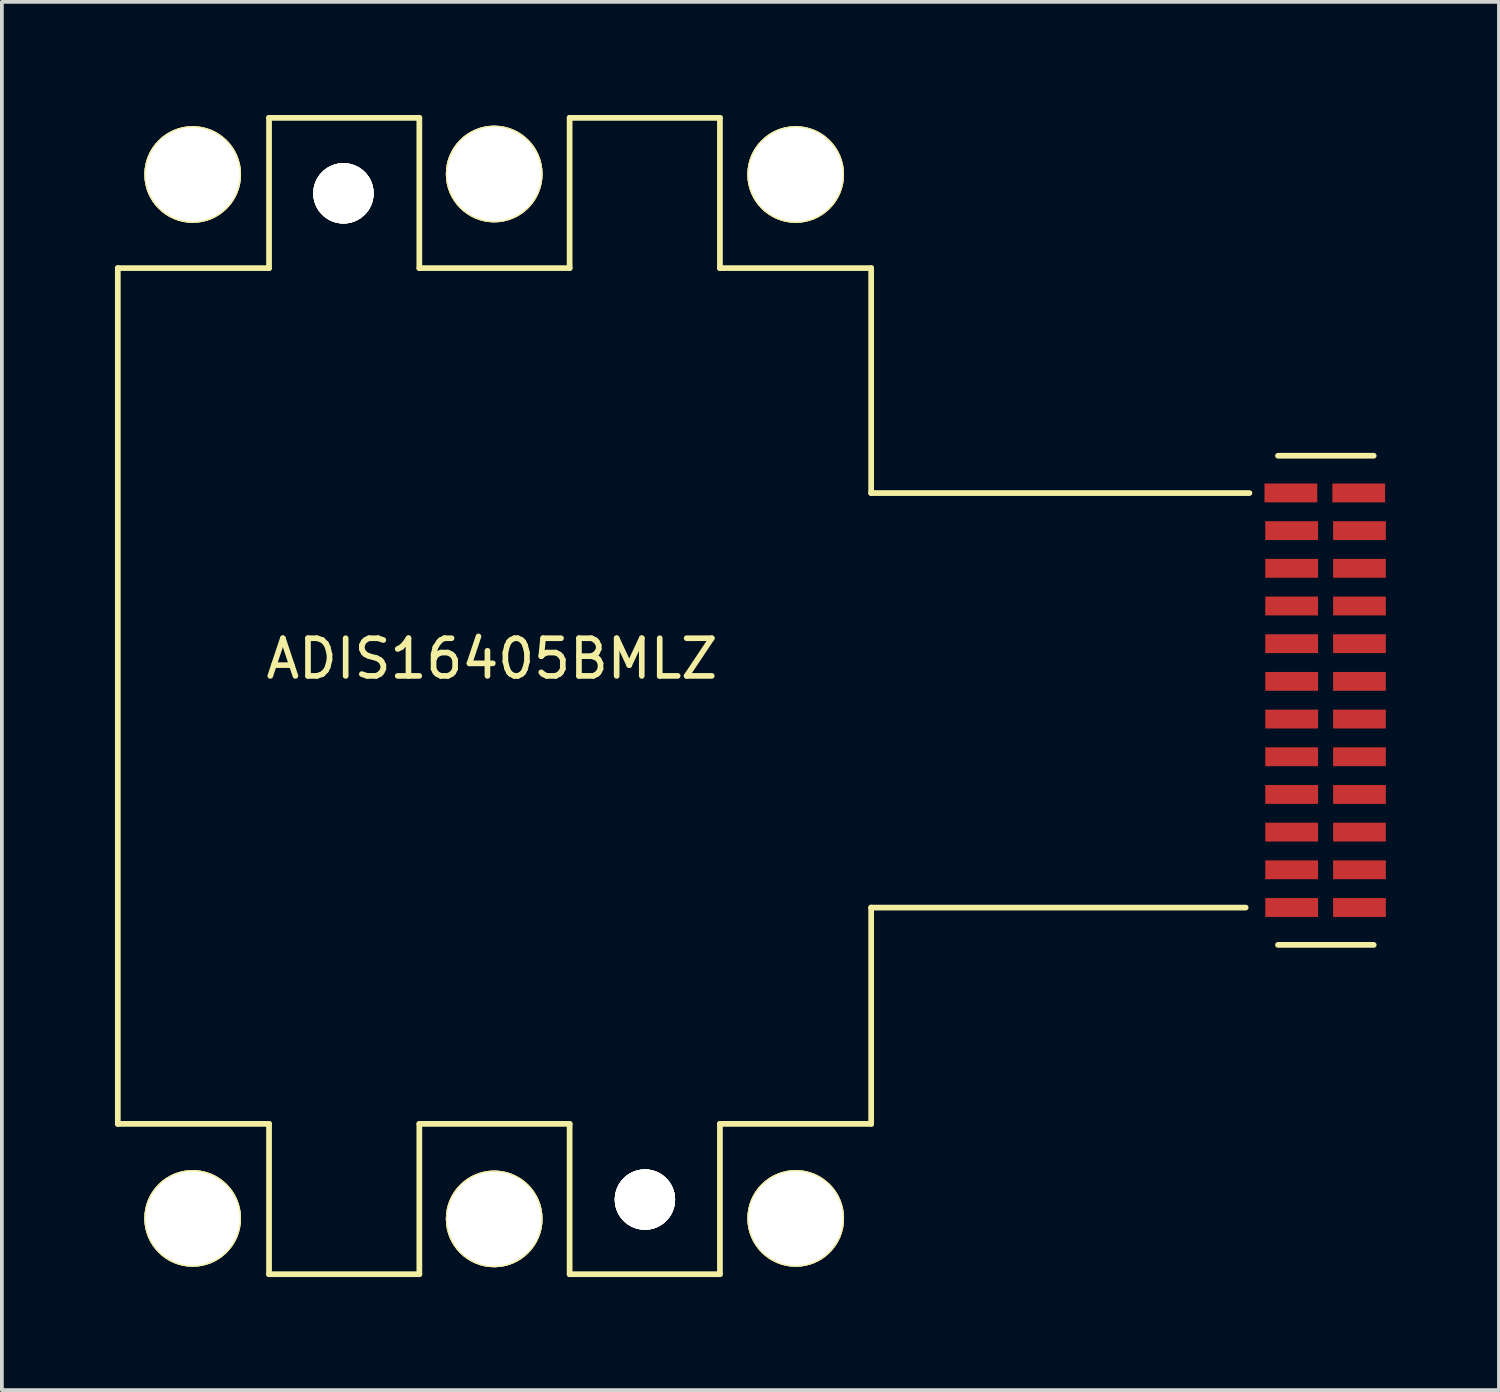
<source format=kicad_pcb>
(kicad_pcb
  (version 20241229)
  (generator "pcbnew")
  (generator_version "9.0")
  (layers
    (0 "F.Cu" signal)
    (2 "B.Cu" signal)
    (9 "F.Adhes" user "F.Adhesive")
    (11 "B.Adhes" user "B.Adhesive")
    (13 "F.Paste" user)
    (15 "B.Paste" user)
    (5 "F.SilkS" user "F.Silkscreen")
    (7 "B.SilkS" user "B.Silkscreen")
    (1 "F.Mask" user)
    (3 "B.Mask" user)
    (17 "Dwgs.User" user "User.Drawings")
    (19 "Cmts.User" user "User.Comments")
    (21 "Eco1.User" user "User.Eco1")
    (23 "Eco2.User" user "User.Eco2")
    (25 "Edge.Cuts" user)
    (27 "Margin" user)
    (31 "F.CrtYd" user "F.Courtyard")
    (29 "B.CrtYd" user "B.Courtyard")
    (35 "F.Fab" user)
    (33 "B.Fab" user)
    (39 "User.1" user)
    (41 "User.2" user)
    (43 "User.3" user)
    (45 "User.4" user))
  (footprint "ADIS16405BMLZ"
    (layer "F.Cu")
    (at 10.003 15.43)
    (property "Reference" "ADIS16405BMLZ" (at 0 -1 0) (layer "F.SilkS") (effects (font (size 1 1) (thickness 0.15))))
    (attr through_hole)
    (fp_line (start -9.927 -11.366) (end -9.927 11.342) (stroke (width 0.152) (type solid)) (layer "F.SilkS"))
    (fp_line (start -9.927 -11.366) (end -5.914 -11.366) (stroke (width 0.152) (type solid)) (layer "F.SilkS"))
    (fp_line (start -9.927 11.342) (end -5.914 11.342) (stroke (width 0.152) (type solid)) (layer "F.SilkS"))
    (fp_line (start -5.914 -15.353) (end -1.926 -15.353) (stroke (width 0.152) (type solid)) (layer "F.SilkS"))
    (fp_line (start -5.914 -11.366) (end -5.914 -15.353) (stroke (width 0.152) (type solid)) (layer "F.SilkS"))
    (fp_line (start -5.914 11.342) (end -5.914 15.33) (stroke (width 0.152) (type solid)) (layer "F.SilkS"))
    (fp_line (start -5.914 15.33) (end -1.926 15.33) (stroke (width 0.152) (type solid)) (layer "F.SilkS"))
    (fp_line (start -1.926 -15.353) (end -1.926 -11.366) (stroke (width 0.152) (type solid)) (layer "F.SilkS"))
    (fp_line (start -1.926 -11.366) (end 2.062 -11.366) (stroke (width 0.152) (type solid)) (layer "F.SilkS"))
    (fp_line (start -1.926 11.342) (end 2.062 11.342) (stroke (width 0.152) (type solid)) (layer "F.SilkS"))
    (fp_line (start -1.926 15.33) (end -1.926 11.342) (stroke (width 0.152) (type solid)) (layer "F.SilkS"))
    (fp_line (start 2.062 -15.353) (end 6.05 -15.353) (stroke (width 0.152) (type solid)) (layer "F.SilkS"))
    (fp_line (start 2.062 -11.366) (end 2.062 -15.353) (stroke (width 0.152) (type solid)) (layer "F.SilkS"))
    (fp_line (start 2.062 11.342) (end 2.062 15.33) (stroke (width 0.152) (type solid)) (layer "F.SilkS"))
    (fp_line (start 2.062 15.33) (end 6.05 15.33) (stroke (width 0.152) (type solid)) (layer "F.SilkS"))
    (fp_line (start 6.05 -15.353) (end 6.05 -11.366) (stroke (width 0.152) (type solid)) (layer "F.SilkS"))
    (fp_line (start 6.05 -11.366) (end 10.063 -11.366) (stroke (width 0.152) (type solid)) (layer "F.SilkS"))
    (fp_line (start 6.05 11.342) (end 10.063 11.342) (stroke (width 0.152) (type solid)) (layer "F.SilkS"))
    (fp_line (start 6.05 15.33) (end 6.05 11.342) (stroke (width 0.152) (type solid)) (layer "F.SilkS"))
    (fp_line (start 10.063 -11.366) (end 10.063 -5.397) (stroke (width 0.152) (type solid)) (layer "F.SilkS"))
    (fp_line (start 10.063 -5.397) (end 20.1 -5.397) (stroke (width 0.152) (type solid)) (layer "F.SilkS"))
    (fp_line (start 10.063 5.602) (end 10.063 11.342) (stroke (width 0.152) (type solid)) (layer "F.SilkS"))
    (fp_line (start 20 5.602) (end 10.063 5.602) (stroke (width 0.152) (type solid)) (layer "F.SilkS"))
    (fp_line (start 20.858 -6.387) (end 23.398 -6.387) (stroke (width 0.152) (type solid)) (layer "F.SilkS"))
    (fp_line (start 23.398 6.592) (end 20.858 6.592) (stroke (width 0.152) (type solid)) (layer "F.SilkS"))
    (pad "1" smd rect (at 23 -5.4) (size 1.4 0.5) (layers "F.Cu" "F.Mask" "F.Paste"))
    (pad "2" smd rect (at 21.2 -5.4) (size 1.4 0.5) (layers "F.Cu" "F.Mask" "F.Paste"))
    (pad "3" smd rect (at 23.02 -4.4) (size 1.4 0.5) (layers "F.Cu" "F.Mask" "F.Paste"))
    (pad "4" smd rect (at 21.22 -4.4) (size 1.4 0.5) (layers "F.Cu" "F.Mask" "F.Paste"))
    (pad "5" smd rect (at 23.02 -3.4) (size 1.4 0.5) (layers "F.Cu" "F.Mask" "F.Paste"))
    (pad "6" smd rect (at 21.22 -3.4) (size 1.4 0.5) (layers "F.Cu" "F.Mask" "F.Paste"))
    (pad "7" smd rect (at 23.02 -2.4) (size 1.4 0.5) (layers "F.Cu" "F.Mask" "F.Paste"))
    (pad "8" smd rect (at 21.22 -2.4) (size 1.4 0.5) (layers "F.Cu" "F.Mask" "F.Paste"))
    (pad "9" smd rect (at 23.02 -1.4) (size 1.4 0.5) (layers "F.Cu" "F.Mask" "F.Paste"))
    (pad "10" smd rect (at 21.22 -1.4) (size 1.4 0.5) (layers "F.Cu" "F.Mask" "F.Paste"))
    (pad "11" smd rect (at 23.02 -0.4) (size 1.4 0.5) (layers "F.Cu" "F.Mask" "F.Paste"))
    (pad "12" smd rect (at 21.22 -0.4) (size 1.4 0.5) (layers "F.Cu" "F.Mask" "F.Paste"))
    (pad "13" smd rect (at 23.02 0.6) (size 1.4 0.5) (layers "F.Cu" "F.Mask" "F.Paste"))
    (pad "14" smd rect (at 21.22 0.6) (size 1.4 0.5) (layers "F.Cu" "F.Mask" "F.Paste"))
    (pad "15" smd rect (at 23.02 1.6) (size 1.4 0.5) (layers "F.Cu" "F.Mask" "F.Paste"))
    (pad "16" smd rect (at 21.22 1.6) (size 1.4 0.5) (layers "F.Cu" "F.Mask" "F.Paste"))
    (pad "17" smd rect (at 23.02 2.6) (size 1.4 0.5) (layers "F.Cu" "F.Mask" "F.Paste"))
    (pad "18" smd rect (at 21.22 2.6) (size 1.4 0.5) (layers "F.Cu" "F.Mask" "F.Paste"))
    (pad "19" smd rect (at 23.02 3.6) (size 1.4 0.5) (layers "F.Cu" "F.Mask" "F.Paste"))
    (pad "20" smd rect (at 21.22 3.6) (size 1.4 0.5) (layers "F.Cu" "F.Mask" "F.Paste"))
    (pad "21" smd rect (at 23.02 4.6) (size 1.4 0.5) (layers "F.Cu" "F.Mask" "F.Paste"))
    (pad "22" smd rect (at 21.22 4.6) (size 1.4 0.5) (layers "F.Cu" "F.Mask" "F.Paste"))
    (pad "23" smd rect (at 23.02 5.6) (size 1.4 0.5) (layers "F.Cu" "F.Mask" "F.Paste"))
    (pad "24" smd rect (at 21.22 5.6) (size 1.4 0.5) (layers "F.Cu" "F.Mask" "F.Paste"))
    (pad "25" thru_hole circle (at -3.94 -13.35) (size 1.6 1.6) (drill 1.6) (layers "*.Cu" "*.Mask" "F.SilkS"))
    (pad "25" thru_hole circle (at -3.94 -13.35) (size 1.6 1.6) (drill 1.6) (layers "*.Cu" "*.Mask" "F.SilkS"))
    (pad "26" thru_hole circle (at 4.06 13.35) (size 1.6 1.6) (drill 2.489) (layers "*.Cu" "*.Mask" "F.SilkS"))
    (pad "26" thru_hole circle (at 4.06 13.35) (size 1.6 1.6) (drill 2.489) (layers "*.Cu" "*.Mask" "F.SilkS"))
    (pad "27" thru_hole circle (at -7.94 -13.85) (size 2.565 2.565) (drill 2.489) (layers "*.Cu" "*.Mask" "F.SilkS"))
    (pad "27" thru_hole circle (at -7.94 -13.85) (size 2.565 2.565) (drill 2.489) (layers "*.Cu" "*.Mask" "F.SilkS"))
    (pad "28" thru_hole circle (at 8.06 -13.85) (size 2.565 2.565) (drill 2.489) (layers "*.Cu" "*.Mask" "F.SilkS"))
    (pad "28" thru_hole circle (at 8.06 -13.85) (size 2.565 2.565) (drill 2.489) (layers "*.Cu" "*.Mask" "F.SilkS"))
    (pad "29" thru_hole circle (at -7.941 13.85) (size 2.565 2.565) (drill 2.489) (layers "*.Cu" "*.Mask" "F.SilkS"))
    (pad "29" thru_hole circle (at -7.941 13.85) (size 2.565 2.565) (drill 2.489) (layers "*.Cu" "*.Mask" "F.SilkS"))
    (pad "30" thru_hole circle (at 8.061 13.85) (size 2.565 2.565) (drill 2.489) (layers "*.Cu" "*.Mask" "F.SilkS"))
    (pad "30" thru_hole circle (at 8.061 13.85) (size 2.565 2.565) (drill 2.489) (layers "*.Cu" "*.Mask" "F.SilkS"))
    (pad "31" thru_hole circle (at 0.06 13.863) (size 2.565 2.565) (drill 2.489) (layers "*.Cu" "*.Mask" "F.SilkS"))
    (pad "31" thru_hole circle (at 0.06 13.863) (size 2.565 2.565) (drill 2.489) (layers "*.Cu" "*.Mask" "F.SilkS"))
    (pad "32" thru_hole circle (at 0.06 -13.863) (size 2.565 2.565) (drill 2.489) (layers "*.Cu" "*.Mask" "F.SilkS"))
    (pad "32" thru_hole circle (at 0.06 -13.863) (size 2.565 2.565) (drill 2.489) (layers "*.Cu" "*.Mask" "F.SilkS")))
  (gr_rect
    (start -3 -3)
    (end 36.723 33.836)
    (stroke (width 0.1) (type default))
    (fill no)
    (layer "Edge.Cuts")))
</source>
